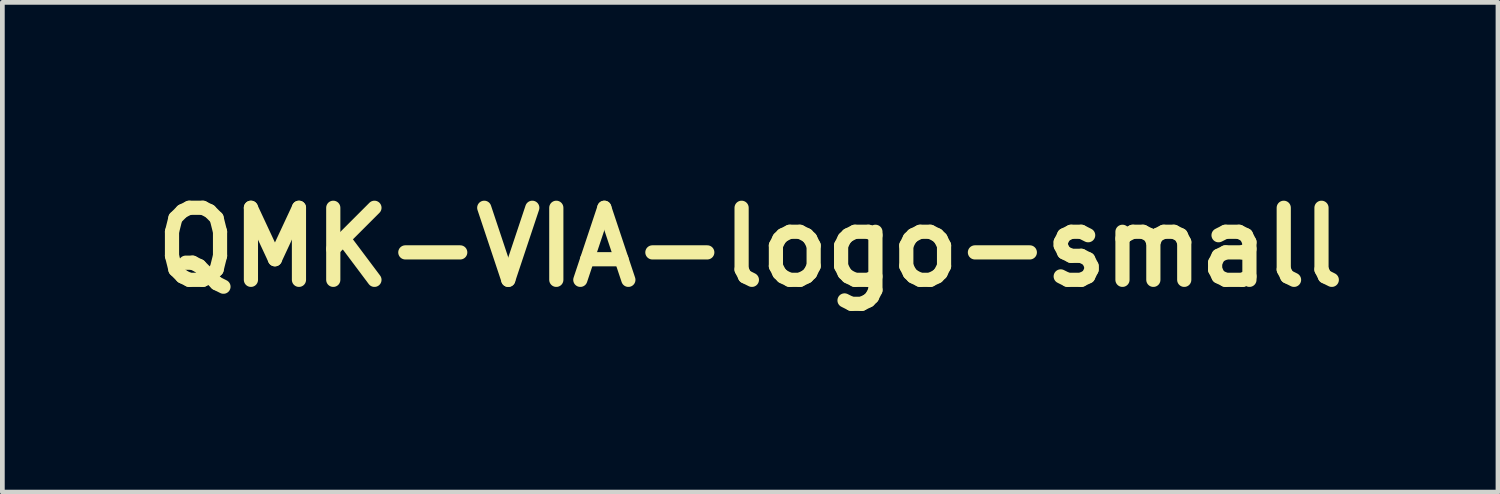
<source format=kicad_pcb>
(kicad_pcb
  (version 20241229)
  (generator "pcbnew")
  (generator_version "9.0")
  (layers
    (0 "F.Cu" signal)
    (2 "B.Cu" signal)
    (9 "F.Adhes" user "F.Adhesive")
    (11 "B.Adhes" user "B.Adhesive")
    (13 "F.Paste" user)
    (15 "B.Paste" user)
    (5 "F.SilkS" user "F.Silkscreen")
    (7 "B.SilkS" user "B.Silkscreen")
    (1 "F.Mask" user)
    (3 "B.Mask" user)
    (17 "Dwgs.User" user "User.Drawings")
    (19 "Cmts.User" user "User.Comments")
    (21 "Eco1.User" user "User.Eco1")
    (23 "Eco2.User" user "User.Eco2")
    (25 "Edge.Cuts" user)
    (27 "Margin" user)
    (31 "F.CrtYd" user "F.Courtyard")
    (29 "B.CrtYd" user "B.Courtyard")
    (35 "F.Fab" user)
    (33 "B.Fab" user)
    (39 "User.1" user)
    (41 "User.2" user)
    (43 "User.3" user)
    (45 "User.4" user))
  (footprint "QMK-VIA-logo-small"
    (layer "F.Cu")
    (at 12.816 2.179)
    (property "Reference" "QMK-VIA-logo-small" (at 0 0 0) (layer "F.SilkS") (effects (font (size 1.524 1.524) (thickness 0.3))))
    (attr board_only exclude_from_pos_files exclude_from_bom)
    (fp_poly (pts (xy -4.917 1.666) (xy -4.828 1.735) (xy -4.781 1.844) (xy -4.776 1.91) (xy -4.8 2.037) (xy -4.868 2.126) (xy -4.978 2.173) (xy -5.044 2.179) (xy -5.152 2.164) (xy -5.234 2.111) (xy -5.24 2.106) (xy -5.295 2.025) (xy -5.313 1.92) (xy -5.313 1.91) (xy -5.289 1.783) (xy -5.22 1.694) (xy -5.111 1.647) (xy -5.044 1.642)) (stroke (width 0) (type solid)) (fill yes) (layer "F.Mask"))
    (fp_poly (pts (xy -0.997 1.657) (xy -0.915 1.709) (xy -0.909 1.715) (xy -0.853 1.796) (xy -0.836 1.901) (xy -0.836 1.91) (xy -0.851 2.018) (xy -0.903 2.1) (xy -0.909 2.106) (xy -0.99 2.161) (xy -1.095 2.179) (xy -1.104 2.179) (xy -1.212 2.164) (xy -1.294 2.111) (xy -1.3 2.106) (xy -1.355 2.025) (xy -1.373 1.92) (xy -1.373 1.91) (xy -1.358 1.802) (xy -1.305 1.721) (xy -1.3 1.715) (xy -1.219 1.659) (xy -1.114 1.642) (xy -1.104 1.642)) (stroke (width 0) (type solid)) (fill yes) (layer "F.Mask"))
    (fp_poly (pts (xy -2.776 1.731) (xy -2.532 1.733) (xy -2.337 1.736) (xy -2.186 1.741) (xy -2.072 1.75) (xy -1.991 1.764) (xy -1.936 1.782) (xy -1.904 1.806) (xy -1.887 1.837) (xy -1.881 1.876) (xy -1.88 1.91) (xy -1.882 1.955) (xy -1.89 1.992) (xy -1.91 2.021) (xy -1.947 2.044) (xy -2.008 2.061) (xy -2.097 2.073) (xy -2.219 2.081) (xy -2.381 2.086) (xy -2.588 2.088) (xy -2.844 2.089) (xy -3.074 2.089) (xy -3.36 2.089) (xy -3.592 2.088) (xy -3.775 2.086) (xy -3.918 2.083) (xy -4.024 2.078) (xy -4.1 2.071) (xy -4.152 2.063) (xy -4.186 2.052) (xy -4.202 2.043) (xy -4.258 1.969) (xy -4.268 1.91) (xy -4.267 1.866) (xy -4.259 1.829) (xy -4.239 1.8) (xy -4.201 1.777) (xy -4.141 1.76) (xy -4.052 1.748) (xy -3.929 1.74) (xy -3.767 1.735) (xy -3.561 1.732) (xy -3.304 1.731) (xy -3.074 1.731)) (stroke (width 0) (type solid)) (fill yes) (layer "F.Mask"))
    (fp_poly (pts (xy -2.42 -2.062) (xy -2.307 -1.993) (xy -2.291 -1.977) (xy -2.233 -1.908) (xy -2.201 -1.839) (xy -2.195 -1.76) (xy -2.215 -1.657) (xy -2.26 -1.518) (xy -2.294 -1.429) (xy -2.355 -1.269) (xy -2.428 -1.08) (xy -2.501 -0.889) (xy -2.55 -0.761) (xy -2.604 -0.62) (xy -2.653 -0.495) (xy -2.692 -0.399) (xy -2.714 -0.345) (xy -2.715 -0.343) (xy -2.734 -0.298) (xy -2.771 -0.207) (xy -2.822 -0.078) (xy -2.884 0.078) (xy -2.952 0.253) (xy -2.97 0.298) (xy -3.069 0.554) (xy -3.15 0.76) (xy -3.214 0.922) (xy -3.266 1.046) (xy -3.307 1.138) (xy -3.339 1.203) (xy -3.367 1.248) (xy -3.393 1.278) (xy -3.419 1.3) (xy -3.445 1.317) (xy -3.578 1.367) (xy -3.715 1.357) (xy -3.811 1.315) (xy -3.903 1.225) (xy -3.94 1.143) (xy -3.949 1.108) (xy -3.953 1.071) (xy -3.951 1.027) (xy -3.939 0.97) (xy -3.917 0.894) (xy -3.883 0.793) (xy -3.834 0.66) (xy -3.768 0.49) (xy -3.684 0.277) (xy -3.58 0.015) (xy -3.508 -0.168) (xy -3.429 -0.37) (xy -3.352 -0.567) (xy -3.295 -0.716) (xy -3.241 -0.854) (xy -3.193 -0.977) (xy -3.156 -1.069) (xy -3.135 -1.119) (xy -3.114 -1.169) (xy -3.076 -1.262) (xy -3.027 -1.384) (xy -2.973 -1.524) (xy -2.968 -1.537) (xy -2.911 -1.678) (xy -2.857 -1.802) (xy -2.812 -1.896) (xy -2.782 -1.949) (xy -2.78 -1.951) (xy -2.668 -2.04) (xy -2.544 -2.077)) (stroke (width 0) (type solid)) (fill yes) (layer "F.Mask"))
    (fp_poly (pts (xy -6.146 -2.126) (xy -6.118 -2.108) (xy -6.081 -2.08) (xy -6.048 -2.047) (xy -6.015 -2.002) (xy -5.978 -1.938) (xy -5.936 -1.848) (xy -5.884 -1.726) (xy -5.819 -1.565) (xy -5.738 -1.359) (xy -5.685 -1.224) (xy -5.552 -0.882) (xy -5.439 -0.592) (xy -5.344 -0.349) (xy -5.266 -0.149) (xy -5.202 0.011) (xy -5.152 0.136) (xy -5.113 0.23) (xy -5.083 0.297) (xy -5.061 0.342) (xy -5.045 0.367) (xy -5.034 0.378) (xy -5.026 0.379) (xy -5.018 0.373) (xy -5.015 0.37) (xy -4.995 0.333) (xy -4.96 0.252) (xy -4.914 0.139) (xy -4.867 0.015) (xy -4.816 -0.121) (xy -4.771 -0.24) (xy -4.735 -0.33) (xy -4.717 -0.373) (xy -4.704 -0.403) (xy -4.682 -0.456) (xy -4.65 -0.537) (xy -4.605 -0.65) (xy -4.546 -0.8) (xy -4.472 -0.99) (xy -4.38 -1.226) (xy -4.269 -1.511) (xy -4.224 -1.627) (xy -4.143 -1.822) (xy -4.068 -1.966) (xy -3.995 -2.067) (xy -3.918 -2.132) (xy -3.832 -2.167) (xy -3.83 -2.168) (xy -3.727 -2.166) (xy -3.621 -2.117) (xy -3.528 -2.033) (xy -3.481 -1.96) (xy -3.425 -1.846) (xy -3.537 -1.542) (xy -3.589 -1.403) (xy -3.639 -1.271) (xy -3.681 -1.165) (xy -3.701 -1.119) (xy -3.737 -1.031) (xy -3.784 -0.912) (xy -3.831 -0.786) (xy -3.835 -0.776) (xy -3.886 -0.641) (xy -3.941 -0.501) (xy -3.987 -0.388) (xy -4.03 -0.285) (xy -4.091 -0.131) (xy -4.169 0.067) (xy -4.262 0.304) (xy -4.367 0.576) (xy -4.476 0.859) (xy -4.529 0.983) (xy -4.585 1.097) (xy -4.635 1.18) (xy -4.647 1.195) (xy -4.776 1.308) (xy -4.928 1.373) (xy -5.089 1.385) (xy -5.152 1.375) (xy -5.255 1.339) (xy -5.343 1.279) (xy -5.423 1.189) (xy -5.499 1.061) (xy -5.578 0.888) (xy -5.64 0.727) (xy -5.691 0.592) (xy -5.737 0.474) (xy -5.772 0.385) (xy -5.79 0.343) (xy -5.809 0.297) (xy -5.847 0.205) (xy -5.898 0.078) (xy -5.958 -0.074) (xy -6.016 -0.224) (xy -6.099 -0.437) (xy -6.194 -0.677) (xy -6.29 -0.922) (xy -6.378 -1.145) (xy -6.408 -1.222) (xy -6.472 -1.388) (xy -6.529 -1.541) (xy -6.575 -1.67) (xy -6.605 -1.763) (xy -6.615 -1.804) (xy -6.604 -1.928) (xy -6.536 -2.038) (xy -6.45 -2.111) (xy -6.343 -2.166) (xy -6.249 -2.171)) (stroke (width 0) (type solid)) (fill yes) (layer "F.Mask"))
    (fp_poly (pts (xy -1.035 -2.165) (xy -0.935 -2.134) (xy -0.905 -2.121) (xy -0.856 -2.098) (xy -0.813 -2.072) (xy -0.774 -2.04) (xy -0.736 -1.995) (xy -0.696 -1.933) (xy -0.651 -1.848) (xy -0.599 -1.734) (xy -0.537 -1.588) (xy -0.463 -1.404) (xy -0.374 -1.176) (xy -0.268 -0.899) (xy -0.223 -0.783) (xy -0.169 -0.644) (xy -0.121 -0.521) (xy -0.083 -0.426) (xy -0.061 -0.374) (xy -0.06 -0.373) (xy -0.039 -0.323) (xy -0.001 -0.231) (xy 0.048 -0.108) (xy 0.102 0.032) (xy 0.107 0.045) (xy 0.175 0.218) (xy 0.248 0.408) (xy 0.318 0.587) (xy 0.362 0.701) (xy 0.41 0.829) (xy 0.448 0.941) (xy 0.472 1.022) (xy 0.478 1.054) (xy 0.45 1.166) (xy 0.377 1.265) (xy 0.271 1.338) (xy 0.147 1.372) (xy 0.121 1.373) (xy 0.032 1.356) (xy -0.049 1.303) (xy -0.128 1.207) (xy -0.209 1.063) (xy -0.296 0.866) (xy -0.297 0.863) (xy -0.435 0.522) (xy -1.803 0.522) (xy -1.911 0.806) (xy -1.963 0.938) (xy -2.013 1.06) (xy -2.054 1.153) (xy -2.07 1.186) (xy -2.156 1.291) (xy -2.272 1.354) (xy -2.403 1.369) (xy -2.534 1.332) (xy -2.541 1.328) (xy -2.606 1.273) (xy -2.663 1.192) (xy -2.669 1.179) (xy -2.701 1.094) (xy -2.7 1.019) (xy -2.684 0.961) (xy -2.663 0.9) (xy -2.624 0.795) (xy -2.572 0.657) (xy -2.51 0.497) (xy -2.444 0.326) (xy -2.378 0.154) (xy -2.314 -0.008) (xy -2.305 -0.03) (xy -1.58 -0.03) (xy -0.653 -0.03) (xy -0.673 -0.097) (xy -0.695 -0.158) (xy -0.732 -0.253) (xy -0.775 -0.358) (xy -0.829 -0.489) (xy -0.89 -0.642) (xy -0.94 -0.776) (xy -0.986 -0.898) (xy -1.031 -1.011) (xy -1.065 -1.092) (xy -1.068 -1.099) (xy -1.113 -1.198) (xy -1.152 -1.114) (xy -1.174 -1.061) (xy -1.214 -0.964) (xy -1.266 -0.835) (xy -1.326 -0.684) (xy -1.389 -0.524) (xy -1.451 -0.365) (xy -1.508 -0.22) (xy -1.549 -0.112) (xy -1.58 -0.03) (xy -2.305 -0.03) (xy -2.258 -0.15) (xy -2.213 -0.261) (xy -2.184 -0.331) (xy -2.178 -0.343) (xy -2.153 -0.401) (xy -2.116 -0.495) (xy -2.078 -0.597) (xy -2.003 -0.796) (xy -1.922 -1.005) (xy -1.84 -1.213) (xy -1.76 -1.412) (xy -1.685 -1.593) (xy -1.621 -1.745) (xy -1.569 -1.86) (xy -1.535 -1.929) (xy -1.535 -1.93) (xy -1.443 -2.039) (xy -1.318 -2.125) (xy -1.182 -2.172) (xy -1.117 -2.178)) (stroke (width 0) (type solid)) (fill yes) (layer "F.Mask"))
    (fp_poly (pts (xy 3.612 -1.761) (xy 3.88 -1.761) (xy 3.88 -2.179) (xy 4.119 -2.179) (xy 4.119 -1.761) (xy 4.388 -1.761) (xy 4.388 -2.179) (xy 4.626 -2.179) (xy 4.626 -1.761) (xy 4.895 -1.761) (xy 4.895 -2.179) (xy 5.134 -2.179) (xy 5.134 -1.761) (xy 5.402 -1.761) (xy 5.402 -2.179) (xy 5.641 -2.179) (xy 5.641 -1.772) (xy 5.793 -1.733) (xy 5.905 -1.692) (xy 6.01 -1.634) (xy 6.045 -1.607) (xy 6.12 -1.516) (xy 6.185 -1.394) (xy 6.228 -1.267) (xy 6.238 -1.189) (xy 6.245 -1.16) (xy 6.275 -1.143) (xy 6.34 -1.136) (xy 6.447 -1.134) (xy 6.656 -1.134) (xy 6.656 -0.895) (xy 6.238 -0.895) (xy 6.238 -0.627) (xy 6.656 -0.627) (xy 6.656 -0.388) (xy 6.238 -0.388) (xy 6.238 -0.119) (xy 6.656 -0.119) (xy 6.656 0.119) (xy 6.238 0.119) (xy 6.238 0.388) (xy 6.656 0.388) (xy 6.656 0.627) (xy 6.238 0.627) (xy 6.238 0.895) (xy 6.656 0.895) (xy 6.656 1.134) (xy 6.252 1.134) (xy 6.215 1.291) (xy 6.153 1.467) (xy 6.058 1.596) (xy 5.923 1.686) (xy 5.768 1.738) (xy 5.611 1.775) (xy 5.611 2.179) (xy 5.373 2.179) (xy 5.373 1.761) (xy 5.134 1.761) (xy 5.134 2.179) (xy 4.865 2.179) (xy 4.865 1.761) (xy 4.626 1.761) (xy 4.626 2.179) (xy 4.388 2.179) (xy 4.388 1.761) (xy 4.149 1.761) (xy 4.149 2.179) (xy 3.88 2.179) (xy 3.88 1.761) (xy 3.641 1.761) (xy 3.641 2.179) (xy 3.403 2.179) (xy 3.403 1.775) (xy 3.246 1.738) (xy 3.07 1.676) (xy 2.94 1.581) (xy 2.85 1.446) (xy 2.799 1.291) (xy 2.762 1.134) (xy 2.358 1.134) (xy 2.358 0.895) (xy 2.776 0.895) (xy 2.776 0.627) (xy 2.358 0.627) (xy 2.358 0.388) (xy 2.776 0.388) (xy 2.776 0.119) (xy 2.358 0.119) (xy 2.358 -0.119) (xy 2.776 -0.119) (xy 2.776 -0.388) (xy 2.358 -0.388) (xy 2.358 -0.474) (xy 3.552 -0.474) (xy 3.554 -0.27) (xy 3.559 -0.091) (xy 3.568 0.053) (xy 3.579 0.152) (xy 3.586 0.181) (xy 3.663 0.34) (xy 3.788 0.474) (xy 3.952 0.576) (xy 4.144 0.641) (xy 4.219 0.653) (xy 4.373 0.672) (xy 4.381 0.873) (xy 4.39 1.075) (xy 4.624 1.075) (xy 4.632 0.873) (xy 4.641 0.672) (xy 4.795 0.653) (xy 4.995 0.604) (xy 5.17 0.515) (xy 5.31 0.391) (xy 5.406 0.241) (xy 5.428 0.181) (xy 5.44 0.109) (xy 5.45 -0.014) (xy 5.458 -0.176) (xy 5.462 -0.369) (xy 5.462 -0.474) (xy 5.462 -1.015) (xy 5.193 -1.015) (xy 5.193 -0.467) (xy 5.193 -0.272) (xy 5.191 -0.128) (xy 5.187 -0.023) (xy 5.179 0.05) (xy 5.167 0.102) (xy 5.15 0.143) (xy 5.126 0.181) (xy 5.008 0.304) (xy 4.852 0.382) (xy 4.753 0.405) (xy 4.626 0.425) (xy 4.626 -1.015) (xy 4.388 -1.015) (xy 4.388 0.425) (xy 4.261 0.405) (xy 4.084 0.351) (xy 3.945 0.252) (xy 3.888 0.181) (xy 3.864 0.142) (xy 3.846 0.101) (xy 3.834 0.049) (xy 3.827 -0.025) (xy 3.823 -0.13) (xy 3.821 -0.276) (xy 3.82 -0.467) (xy 3.82 -1.015) (xy 3.552 -1.015) (xy 3.552 -0.474) (xy 2.358 -0.474) (xy 2.358 -0.627) (xy 2.776 -0.627) (xy 2.776 -0.895) (xy 2.358 -0.895) (xy 2.358 -1.134) (xy 2.567 -1.134) (xy 2.677 -1.136) (xy 2.741 -1.144) (xy 2.769 -1.161) (xy 2.776 -1.189) (xy 2.795 -1.302) (xy 2.846 -1.43) (xy 2.915 -1.546) (xy 2.969 -1.607) (xy 3.06 -1.668) (xy 3.173 -1.718) (xy 3.221 -1.733) (xy 3.373 -1.772) (xy 3.373 -2.179) (xy 3.612 -2.179)) (stroke (width 0) (type solid)) (fill yes) (layer "F.Mask")))
  (gr_rect
    (start -3 -3)
    (end 28.632 7.358)
    (stroke (width 0.1) (type default))
    (fill no)
    (layer "Edge.Cuts")))
</source>
